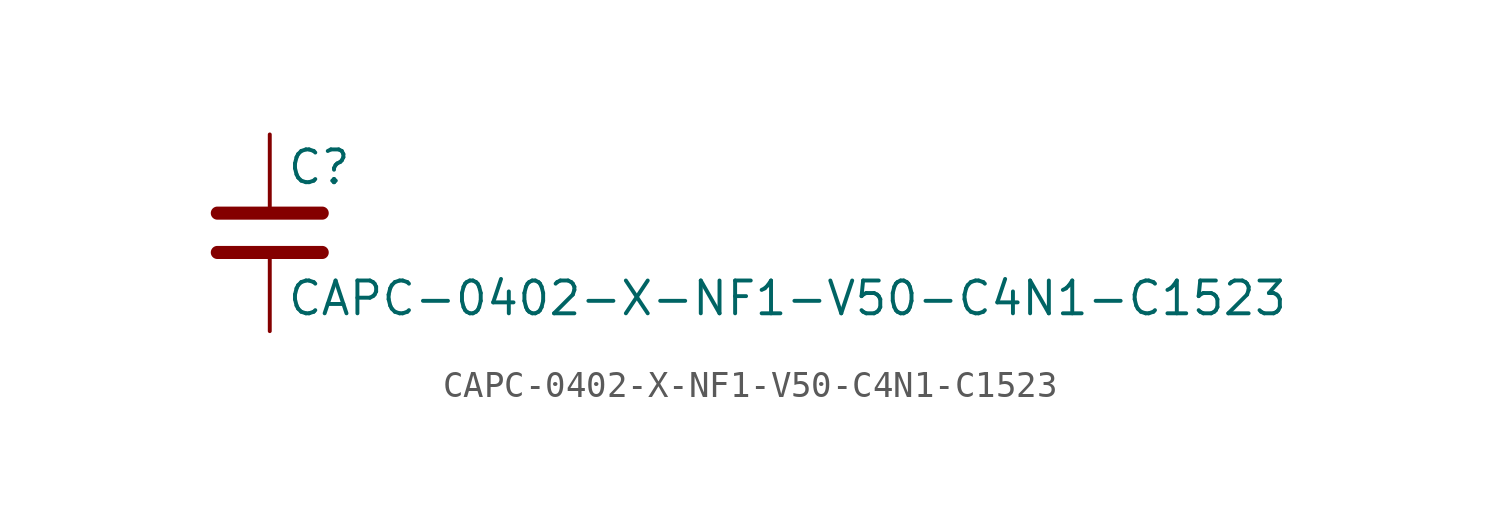
<source format=kicad_sym>
(kicad_symbol_lib
  (version 20211014)
  (generator kicad_symbol_editor)
  (symbol "CAPC-0402-X-NF1-V50-C4N1-C1523"
    (pin_numbers hide)
    (pin_names
      (offset 0.254))
    (property "Reference" "C"
      (at 0.635 2.54 0)
      (effects (font (size 1.27 1.27)) (justify left)))
    (property "Value" "CAPC-0402-X-NF1-V50-C4N1-C1523"
      (at 0.635 -2.54 0)
      (effects (font (size 1.27 1.27)) (justify left)))
    (symbol "CAPC-0402-X-NF1-V50-C4N1-C1523_0_1"
      (polyline (pts (xy -2.032 -0.762) (xy 2.032 -0.762)) (stroke (width 0.508) (type default) (color 0 0 0 0)) (fill (type none)))
      (polyline (pts (xy -2.032 0.762) (xy 2.032 0.762)) (stroke (width 0.508) (type default) (color 0 0 0 0)) (fill (type none))))
    (symbol "CAPC-0402-X-NF1-V50-C4N1-C1523_1_1"
      (pin passive line (at 0 3.81 270) (length 2.794) (name "~" (effects (font (size 1.27 1.27)))) (number "1" (effects (font (size 1.27 1.27)))))
      (pin passive line (at 0 -3.81 90) (length 2.794) (name "~" (effects (font (size 1.27 1.27)))) (number "2" (effects (font (size 1.27 1.27))))))))
</source>
